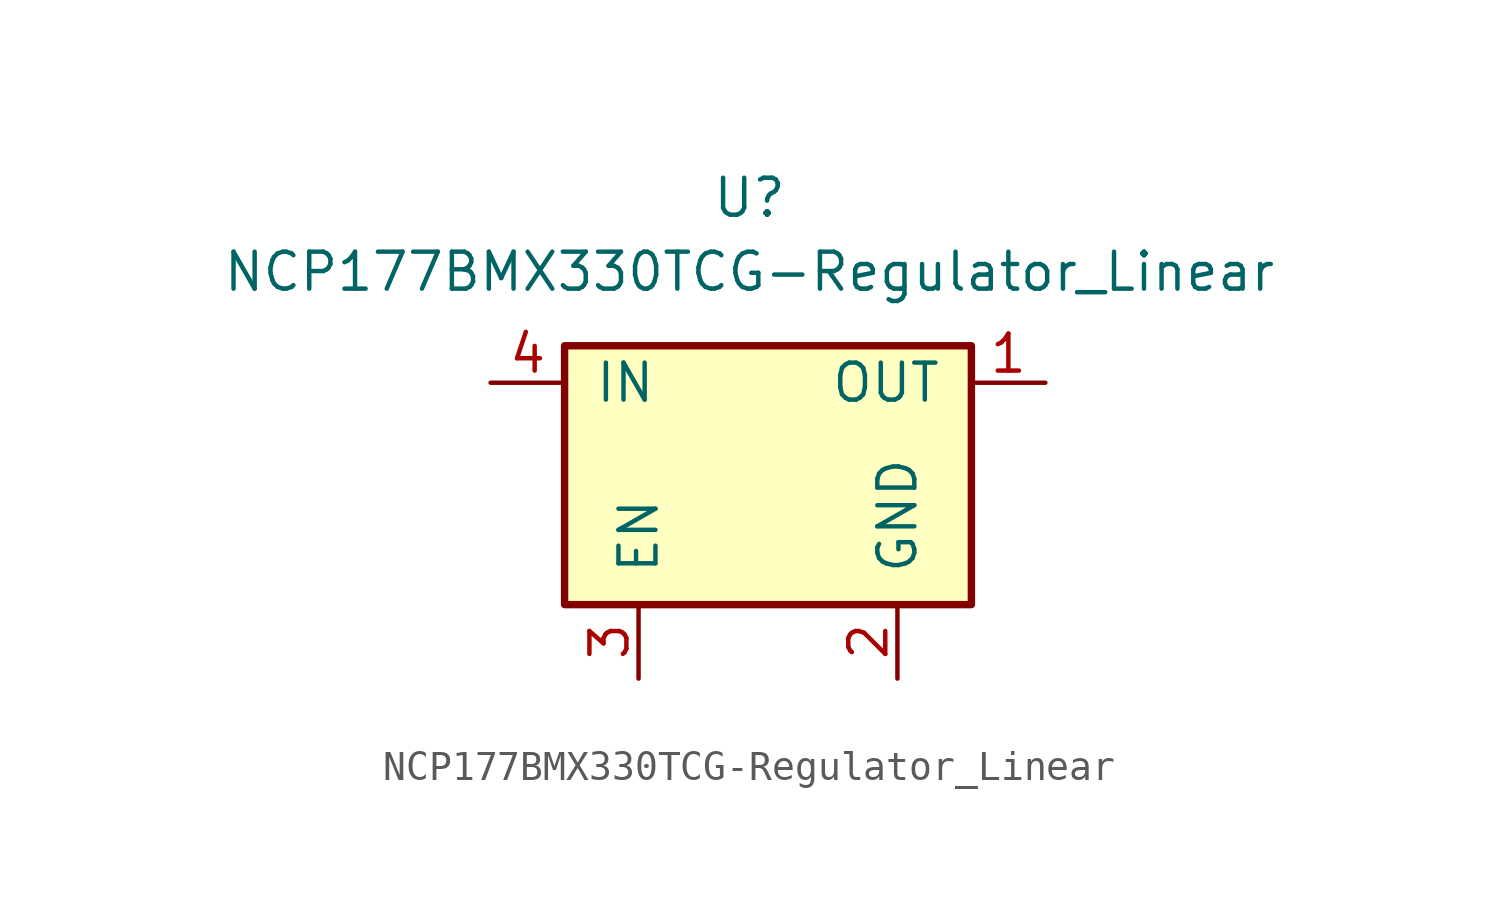
<source format=kicad_sym>
(kicad_symbol_lib
  (version 20220914)
  (generator kicad_symbol_editor)
  (symbol "NCP177BMX330TCG-Regulator_Linear"
    (pin_names
      (offset 1.016))
    (property "Reference" "U"
      (at 1.27 8.89 0)
      (effects (font (size 1.27 1.27))))
    (property "Value" "NCP177BMX330TCG-Regulator_Linear"
      (at 1.27 6.35 0)
      (effects (font (size 1.27 1.27))))
    (symbol "NCP177BMX330TCG-Regulator_Linear_0_1"
      (rectangle (start -5.08 3.81) (end 8.89 -5.08) (stroke (width 0.254) (type solid)) (fill (type background))))
    (symbol "NCP177BMX330TCG-Regulator_Linear_1_1"
      (pin power_out line (at 11.43 2.54 180) (length 2.54) (name "OUT" (effects (font (size 1.27 1.27)))) (number "1" (effects (font (size 1.27 1.27)))))
      (pin power_in line (at 6.35 -7.62 90) (length 2.54) (name "GND" (effects (font (size 1.27 1.27)))) (number "2" (effects (font (size 1.27 1.27)))))
      (pin input line (at -2.54 -7.62 90) (length 2.54) (name "EN" (effects (font (size 1.27 1.27)))) (number "3" (effects (font (size 1.27 1.27)))))
      (pin power_in line (at -7.62 2.54 0) (length 2.54) (name "IN" (effects (font (size 1.27 1.27)))) (number "4" (effects (font (size 1.27 1.27))))))))
</source>
